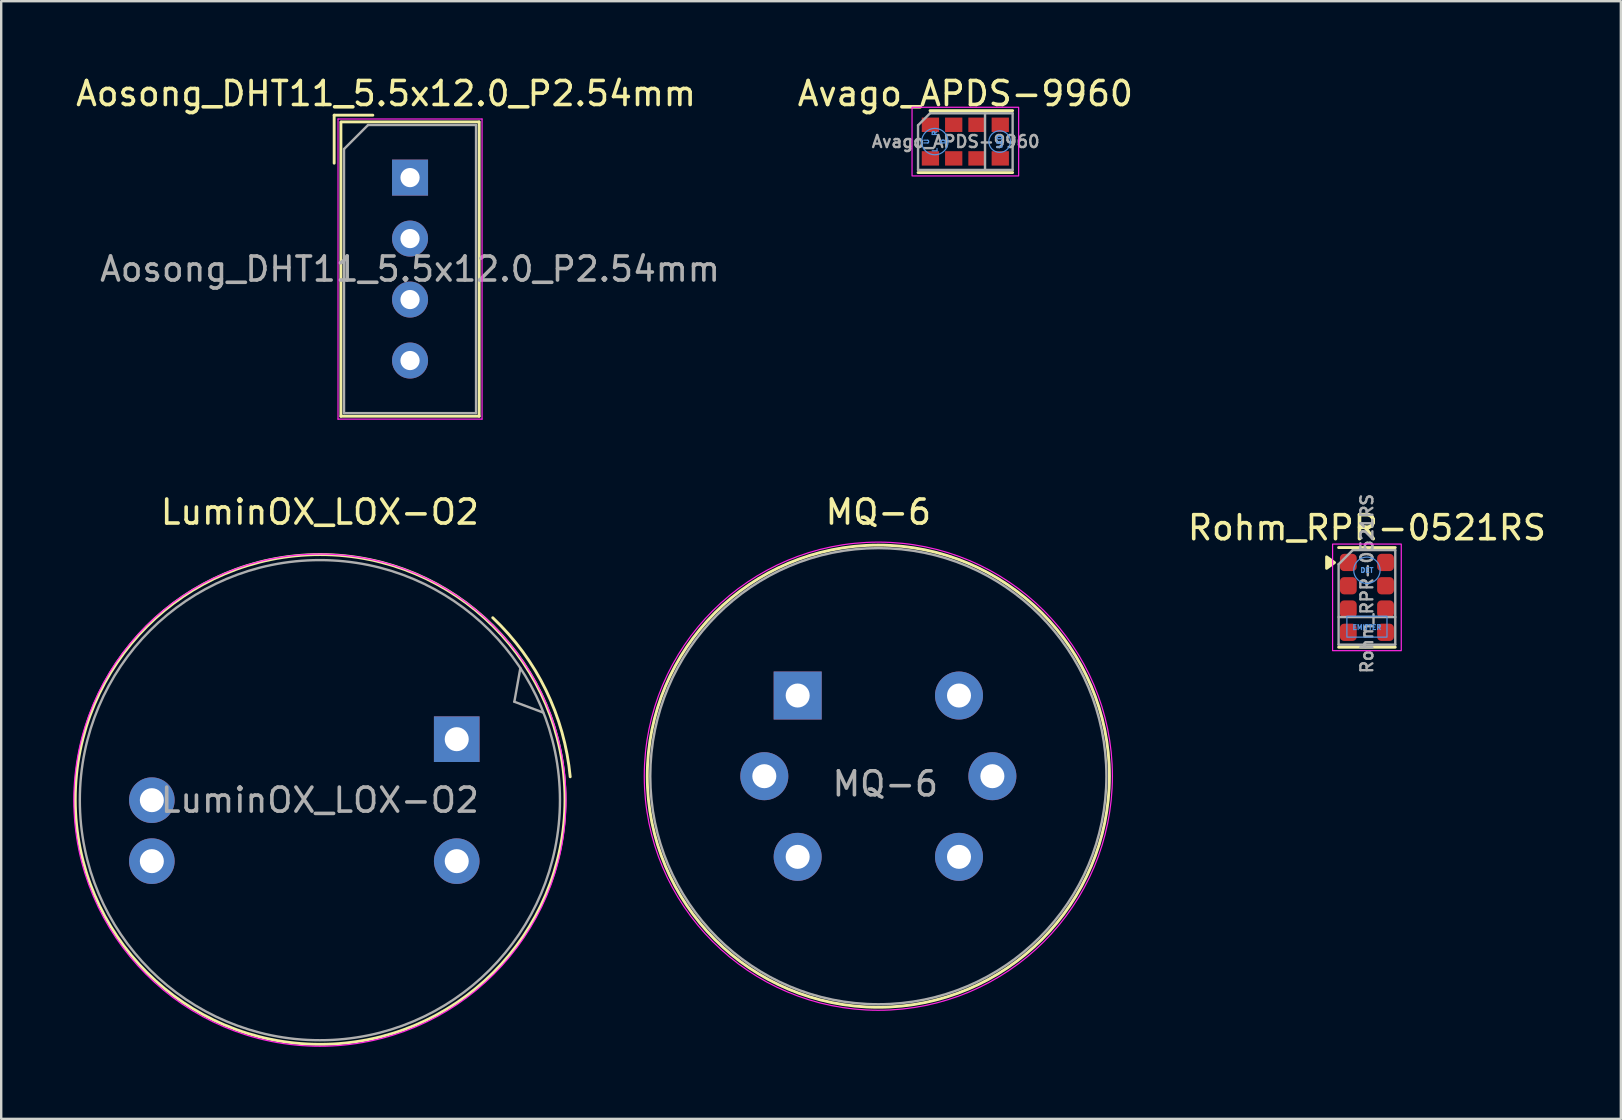
<source format=kicad_pcb>
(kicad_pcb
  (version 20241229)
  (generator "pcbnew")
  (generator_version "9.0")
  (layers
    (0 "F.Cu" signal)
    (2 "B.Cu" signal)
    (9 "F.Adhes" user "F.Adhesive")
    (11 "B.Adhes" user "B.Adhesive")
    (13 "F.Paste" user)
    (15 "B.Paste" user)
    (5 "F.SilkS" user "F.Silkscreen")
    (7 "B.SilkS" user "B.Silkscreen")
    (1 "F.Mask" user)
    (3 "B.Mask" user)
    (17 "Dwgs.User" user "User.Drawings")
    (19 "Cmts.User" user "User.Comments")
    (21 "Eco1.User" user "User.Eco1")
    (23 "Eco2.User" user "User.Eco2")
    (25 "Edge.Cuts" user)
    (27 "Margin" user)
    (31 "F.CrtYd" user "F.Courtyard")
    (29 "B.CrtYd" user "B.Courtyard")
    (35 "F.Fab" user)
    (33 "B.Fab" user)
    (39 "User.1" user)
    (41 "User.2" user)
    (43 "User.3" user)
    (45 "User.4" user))
  (footprint "LuminOX_LOX-O2"
    (layer "F.Cu")
    (at 15.975 27.741)
    (property "Reference" "LuminOX_LOX-O2" (at -5.7 -9.46 0) (unlocked yes) (layer "F.SilkS") (effects (font (size 1 1) (thickness 0.15))))
    (attr through_hole)
    (fp_arc (start 1.499999 -5.059999) (mid 3.716011 -2.040723) (end 4.726649 1.565571) (stroke (width 0.12) (type solid)) (layer "F.SilkS"))
    (fp_circle (center -5.69 2.51) (end -5.7 -7.69) (stroke (width 0.12) (type solid)) (fill no) (layer "F.SilkS"))
    (fp_circle (center -5.7 2.54) (end -5.7 -7.71) (stroke (width 0.05) (type solid)) (fill no) (layer "F.CrtYd"))
    (fp_line (start 2.4 -1.56) (end 2.65 -2.96) (stroke (width 0.1) (type solid)) (layer "F.Fab"))
    (fp_line (start 2.4 -1.56) (end 3.6 -1.11) (stroke (width 0.1) (type solid)) (layer "F.Fab"))
    (fp_circle (center -5.7 2.54) (end -5.7 -7.46) (stroke (width 0.1) (type solid)) (fill no) (layer "F.Fab"))
    (fp_text user "${REFERENCE}" (at -5.7 2.54 0) (unlocked yes) (layer "F.Fab") (effects (font (size 1 1) (thickness 0.15))))
    (pad "1" thru_hole rect (at 0 0) (size 1.9 1.9) (drill 1) (layers "*.Cu" "*.Mask"))
    (pad "2" thru_hole circle (at 0 5.08) (size 1.9 1.9) (drill 1) (layers "*.Cu" "*.Mask"))
    (pad "3" thru_hole circle (at -12.7 2.54) (size 1.9 1.9) (drill 1) (layers "*.Cu" "*.Mask"))
    (pad "4" thru_hole circle (at -12.7 5.08) (size 1.9 1.9) (drill 1) (layers "*.Cu" "*.Mask")))
  (footprint "Rohm_RPR-0521RS"
    (layer "F.Cu")
    (at 53.889 21.834)
    (property "Reference" "Rohm_RPR-0521RS" (at 0 -2.9 0) (unlocked yes) (layer "F.SilkS") (effects (font (size 1 1) (thickness 0.15))))
    (attr smd)
    (fp_line (start -1.18 -2.075) (end 1.18 -2.075) (stroke (width 0.12) (type default)) (layer "F.SilkS"))
    (fp_line (start -1.18 2.075) (end 1.18 2.075) (stroke (width 0.12) (type default)) (layer "F.SilkS"))
    (fp_poly (pts (xy -1.35 -1.45) (xy -1.68 -1.21) (xy -1.68 -1.69) (xy -1.35 -1.45)) (stroke (width 0.12) (type solid)) (fill yes) (layer "F.SilkS"))
    (fp_rect (start 0.835 0.785) (end -0.835 1.655) (stroke (width 0.05) (type default)) (fill no) (layer "Cmts.User"))
    (fp_circle (center 0 -1.13) (end 0 -0.58) (stroke (width 0.05) (type solid)) (fill no) (layer "Cmts.User"))
    (fp_rect (start -1.43 2.22) (end 1.43 -2.22) (stroke (width 0.05) (type solid)) (fill no) (layer "F.CrtYd"))
    (fp_line (start -1.18 -1.38) (end -0.59 -1.97) (stroke (width 0.1) (type solid)) (layer "F.Fab"))
    (fp_line (start -1.18 0.82) (end 1.18 0.82) (stroke (width 0.1) (type solid)) (layer "F.Fab"))
    (fp_line (start -1.18 1.97) (end -1.18 -1.38) (stroke (width 0.1) (type solid)) (layer "F.Fab"))
    (fp_line (start -0.59 -1.97) (end 1.18 -1.97) (stroke (width 0.1) (type solid)) (layer "F.Fab"))
    (fp_line (start 1.18 -1.97) (end 1.18 1.97) (stroke (width 0.1) (type solid)) (layer "F.Fab"))
    (fp_line (start 1.18 1.97) (end -1.18 1.97) (stroke (width 0.1) (type solid)) (layer "F.Fab"))
    (fp_text user "EMITTER" (at 0 1.25 0) (unlocked yes) (layer "Cmts.User") (effects (font (size 0.2 0.2) (thickness 0.05))))
    (fp_text user "DET" (at 0 -1.13 0) (unlocked yes) (layer "Cmts.User") (effects (font (size 0.2 0.2) (thickness 0.05))))
    (fp_text user "${REFERENCE}" (at 0 -0.575 90) (unlocked yes) (layer "F.Fab") (effects (font (size 0.5 0.5) (thickness 0.1))))
    (pad "1" smd roundrect (at -0.775 -1.455 270) (size 0.72 0.7) (layers "F.Cu" "F.Mask" "F.Paste") (roundrect_rratio 0.25))
    (pad "2" smd roundrect (at -0.775 -0.485 270) (size 0.72 0.7) (layers "F.Cu" "F.Mask" "F.Paste") (roundrect_rratio 0.25))
    (pad "3" smd roundrect (at -0.775 0.485 270) (size 0.72 0.7) (layers "F.Cu" "F.Mask" "F.Paste") (roundrect_rratio 0.25))
    (pad "4" smd roundrect (at -0.775 1.455 270) (size 0.72 0.7) (layers "F.Cu" "F.Mask" "F.Paste") (roundrect_rratio 0.25))
    (pad "5" smd roundrect (at 0.775 1.455 270) (size 0.72 0.7) (layers "F.Cu" "F.Mask" "F.Paste") (roundrect_rratio 0.25))
    (pad "6" smd roundrect (at 0.775 0.485 270) (size 0.72 0.7) (layers "F.Cu" "F.Mask" "F.Paste") (roundrect_rratio 0.25))
    (pad "7" smd roundrect (at 0.775 -0.485 270) (size 0.72 0.7) (layers "F.Cu" "F.Mask" "F.Paste") (roundrect_rratio 0.25))
    (pad "8" smd roundrect (at 0.775 -1.455 270) (size 0.72 0.7) (layers "F.Cu" "F.Mask" "F.Paste") (roundrect_rratio 0.25)))
  (footprint "MQ-6"
    (layer "F.Cu")
    (at 30.177 25.922)
    (property "Reference" "MQ-6" (at 3.36 -7.64 0) (layer "F.SilkS") (effects (font (size 1 1) (thickness 0.15))))
    (attr through_hole)
    (fp_circle (center 3.36 3.36) (end 12.985 3.36) (stroke (width 0.12) (type solid)) (fill no) (layer "F.SilkS"))
    (fp_circle (center 3.36 3.36) (end 13.11 3.36) (stroke (width 0.05) (type solid)) (fill no) (layer "F.CrtYd"))
    (fp_circle (center 3.36 3.36) (end 12.86 3.36) (stroke (width 0.1) (type solid)) (fill no) (layer "F.Fab"))
    (fp_text user "${REFERENCE}" (at 3.65 3.68 0) (layer "F.Fab") (effects (font (size 1 1) (thickness 0.15))))
    (pad "1" thru_hole rect (at 0 0) (size 2 2) (drill 1) (layers "*.Cu" "*.Mask"))
    (pad "2" thru_hole circle (at -1.39 3.36) (size 2 2) (drill 1) (layers "*.Cu" "*.Mask"))
    (pad "3" thru_hole circle (at 0 6.72 90) (size 2 2) (drill 1) (layers "*.Cu" "*.Mask"))
    (pad "4" thru_hole circle (at 6.72 6.72 180) (size 2 2) (drill 1) (layers "*.Cu" "*.Mask"))
    (pad "5" thru_hole circle (at 8.11 3.36) (size 2 2) (drill 1) (layers "*.Cu" "*.Mask"))
    (pad "6" thru_hole circle (at 6.72 0 270) (size 2 2) (drill 1) (layers "*.Cu" "*.Mask")))
  (footprint "Avago_APDS-9960"
    (layer "F.Cu")
    (at 37.161 2.848)
    (property "Reference" "Avago_APDS-9960" (at 0 -2 0) (unlocked yes) (layer "F.SilkS") (effects (font (size 1 1) (thickness 0.15))))
    (attr smd)
    (fp_line (start -1.97 1.29) (end 1.97 1.29) (stroke (width 0.12) (type solid)) (layer "F.SilkS"))
    (fp_line (start 1.97 -1.29) (end -1.47 -1.29) (stroke (width 0.12) (type solid)) (layer "F.SilkS"))
    (fp_circle (center -1.27 0) (end -0.72 0) (stroke (width 0.05) (type solid)) (fill no) (layer "Cmts.User"))
    (fp_circle (center 1.43 0) (end 1.88 0) (stroke (width 0.05) (type solid)) (fill no) (layer "Cmts.User"))
    (fp_rect (start 2.22 1.43) (end -2.22 -1.43) (stroke (width 0.05) (type solid)) (fill no) (layer "F.CrtYd"))
    (fp_line (start -1.97 -0.68) (end -1.97 1.18) (stroke (width 0.1) (type solid)) (layer "F.Fab"))
    (fp_line (start -1.97 1.18) (end 1.97 1.18) (stroke (width 0.1) (type solid)) (layer "F.Fab"))
    (fp_line (start -1.47 -1.18) (end -1.97 -0.68) (stroke (width 0.1) (type solid)) (layer "F.Fab"))
    (fp_line (start 0.82 1.18) (end 0.82 -1.18) (stroke (width 0.1) (type solid)) (layer "F.Fab"))
    (fp_line (start 1.97 -1.18) (end -1.47 -1.18) (stroke (width 0.1) (type solid)) (layer "F.Fab"))
    (fp_line (start 1.97 -1.18) (end 1.97 1.18) (stroke (width 0.1) (type solid)) (layer "F.Fab"))
    (fp_text user "U" (at -1.62 0 90) (unlocked yes) (layer "Cmts.User") (effects (font (size 0.2 0.2) (thickness 0.05))))
    (fp_text user "D" (at -0.92 0 90) (unlocked yes) (layer "Cmts.User") (effects (font (size 0.2 0.2) (thickness 0.05))))
    (fp_text user "LED" (at 1.43 0 90) (unlocked yes) (layer "Cmts.User") (effects (font (size 0.2 0.2) (thickness 0.05))))
    (fp_text user "R" (at -1.27 -0.35 90) (unlocked yes) (layer "Cmts.User") (effects (font (size 0.2 0.2) (thickness 0.05))))
    (fp_text user "L" (at -1.27 0.35 90) (unlocked yes) (layer "Cmts.User") (effects (font (size 0.2 0.2) (thickness 0.05))))
    (fp_text user "${REFERENCE}" (at -0.4 0 0) (unlocked yes) (layer "F.Fab") (effects (font (size 0.5 0.5) (thickness 0.1))))
    (pad "1" smd rect (at -1.455 -0.7) (size 0.72 0.6) (layers "F.Cu" "F.Mask" "F.Paste"))
    (pad "2" smd rect (at -0.485 -0.7) (size 0.72 0.6) (layers "F.Cu" "F.Mask" "F.Paste"))
    (pad "3" smd rect (at 0.485 -0.7) (size 0.72 0.6) (layers "F.Cu" "F.Mask" "F.Paste"))
    (pad "4" smd rect (at 1.455 -0.7) (size 0.72 0.6) (layers "F.Cu" "F.Mask" "F.Paste"))
    (pad "5" smd rect (at 1.455 0.7) (size 0.72 0.6) (layers "F.Cu" "F.Mask" "F.Paste"))
    (pad "6" smd rect (at 0.485 0.7) (size 0.72 0.6) (layers "F.Cu" "F.Mask" "F.Paste"))
    (pad "7" smd rect (at -0.485 0.7) (size 0.72 0.6) (layers "F.Cu" "F.Mask" "F.Paste"))
    (pad "8" smd rect (at -1.455 0.7) (size 0.72 0.6) (layers "F.Cu" "F.Mask" "F.Paste")))
  (footprint "Aosong_DHT11_5.5x12.0_P2.54mm"
    (layer "F.Cu")
    (at 14.03 4.348)
    (property "Reference" "Aosong_DHT11_5.5x12.0_P2.54mm" (at -1 -3.5 0) (layer "F.SilkS") (effects (font (size 1 1) (thickness 0.15))))
    (attr through_hole)
    (fp_line (start -3.16 -2.6) (end -3.16 -0.6) (stroke (width 0.12) (type solid)) (layer "F.SilkS"))
    (fp_line (start -3.16 -2.6) (end -1.55 -2.6) (stroke (width 0.12) (type solid)) (layer "F.SilkS"))
    (fp_line (start -2.88 9.94) (end -2.88 -2.31) (stroke (width 0.12) (type solid)) (layer "F.SilkS"))
    (fp_line (start -2.87 -2.32) (end 2.87 -2.32) (stroke (width 0.12) (type solid)) (layer "F.SilkS"))
    (fp_line (start 2.88 -2.32) (end 2.88 9.94) (stroke (width 0.12) (type solid)) (layer "F.SilkS"))
    (fp_line (start 2.88 9.94) (end -2.88 9.94) (stroke (width 0.12) (type solid)) (layer "F.SilkS"))
    (fp_line (start -3 -2.44) (end 3 -2.44) (stroke (width 0.05) (type solid)) (layer "F.CrtYd"))
    (fp_line (start -3 10.06) (end -3 -2.44) (stroke (width 0.05) (type solid)) (layer "F.CrtYd"))
    (fp_line (start 3 -2.44) (end 3 10.06) (stroke (width 0.05) (type solid)) (layer "F.CrtYd"))
    (fp_line (start 3 10.06) (end -3 10.06) (stroke (width 0.05) (type solid)) (layer "F.CrtYd"))
    (fp_line (start -2.75 -1.19) (end -2.75 9.81) (stroke (width 0.1) (type solid)) (layer "F.Fab"))
    (fp_line (start -2.75 -1.19) (end -1.75 -2.19) (stroke (width 0.1) (type solid)) (layer "F.Fab"))
    (fp_line (start -1.75 -2.19) (end 2.75 -2.19) (stroke (width 0.1) (type solid)) (layer "F.Fab"))
    (fp_line (start 2.75 -2.19) (end 2.75 9.81) (stroke (width 0.1) (type solid)) (layer "F.Fab"))
    (fp_line (start 2.75 9.81) (end -2.75 9.81) (stroke (width 0.1) (type solid)) (layer "F.Fab"))
    (fp_text user "${REFERENCE}" (at 0 3.81 0) (layer "F.Fab") (effects (font (size 1 1) (thickness 0.15))))
    (pad "1" thru_hole rect (at 0 0) (size 1.5 1.5) (drill 0.8) (layers "*.Cu" "*.Mask"))
    (pad "2" thru_hole circle (at 0 2.54) (size 1.5 1.5) (drill 0.8) (layers "*.Cu" "*.Mask"))
    (pad "3" thru_hole circle (at 0 5.08) (size 1.5 1.5) (drill 0.8) (layers "*.Cu" "*.Mask"))
    (pad "4" thru_hole circle (at 0 7.62) (size 1.5 1.5) (drill 0.8) (layers "*.Cu" "*.Mask")))
  (gr_rect
    (start -3 -3)
    (end 64.466 43.556)
    (stroke (width 0.1) (type default))
    (fill no)
    (layer "Edge.Cuts")))
</source>
